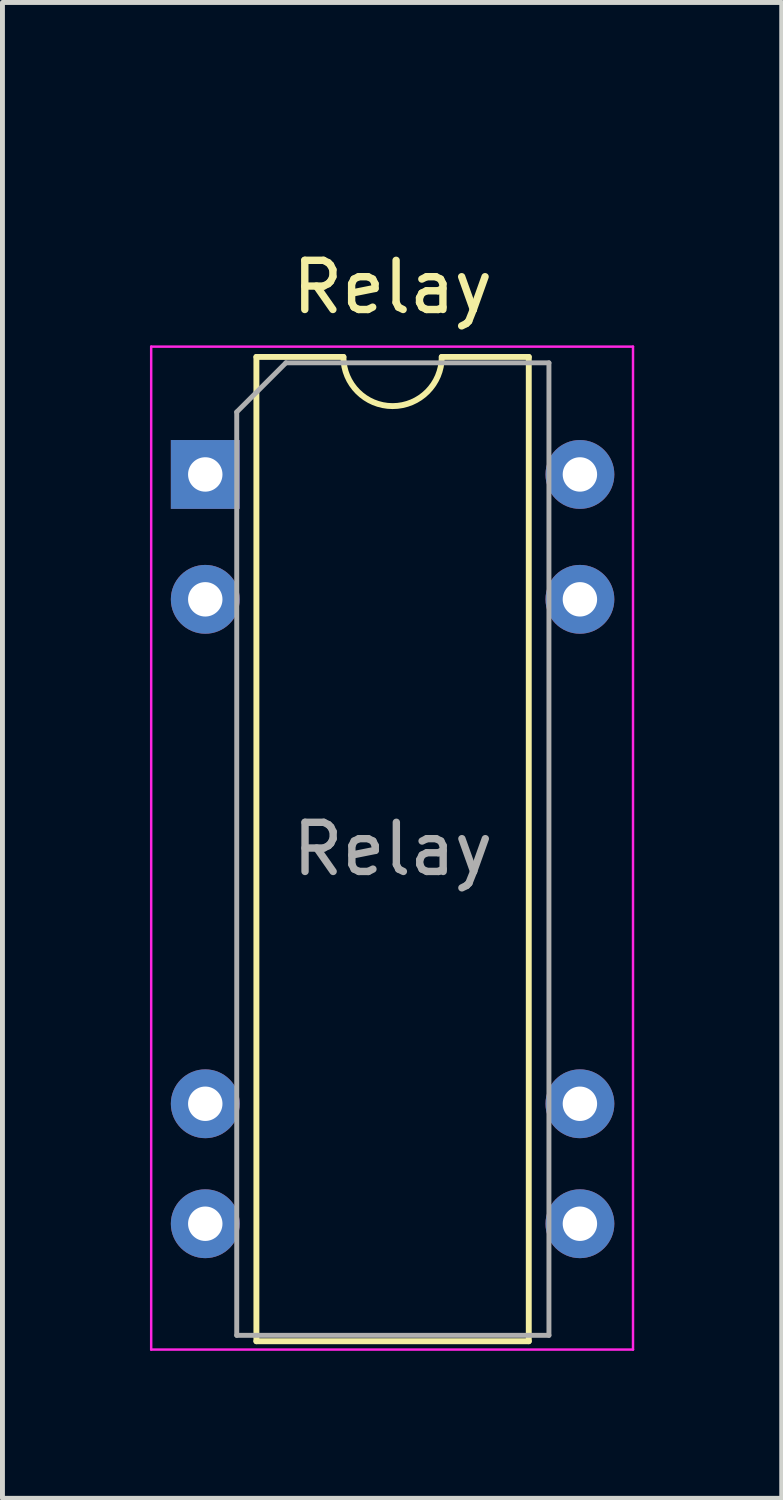
<source format=kicad_pcb>
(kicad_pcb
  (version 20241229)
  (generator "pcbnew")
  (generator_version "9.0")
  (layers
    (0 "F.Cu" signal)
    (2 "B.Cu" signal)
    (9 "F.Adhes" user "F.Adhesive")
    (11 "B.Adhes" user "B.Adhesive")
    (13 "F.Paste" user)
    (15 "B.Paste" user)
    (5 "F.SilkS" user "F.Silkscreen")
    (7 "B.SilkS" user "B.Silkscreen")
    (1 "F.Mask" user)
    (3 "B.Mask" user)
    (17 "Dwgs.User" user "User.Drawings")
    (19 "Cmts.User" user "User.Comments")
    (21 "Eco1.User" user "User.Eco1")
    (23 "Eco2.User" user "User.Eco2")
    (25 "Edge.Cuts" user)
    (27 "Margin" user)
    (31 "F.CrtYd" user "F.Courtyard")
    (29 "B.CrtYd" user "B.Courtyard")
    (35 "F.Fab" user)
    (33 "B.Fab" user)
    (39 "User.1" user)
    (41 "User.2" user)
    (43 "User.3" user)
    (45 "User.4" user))
  (footprint "Relay"
    (layer "F.Cu")
    (at 4.935 0.25)
    (property "Reference" "Relay" (at 0 2.54 0) (layer "F.SilkS") (effects (font (size 1 1) (thickness 0.15))))
    (attr through_hole)
    (fp_line (start -2.77 3.96) (end -2.77 23.98) (stroke (width 0.12) (type solid)) (layer "F.SilkS"))
    (fp_line (start -2.77 23.98) (end 2.77 23.98) (stroke (width 0.12) (type solid)) (layer "F.SilkS"))
    (fp_line (start -1 3.96) (end -2.77 3.96) (stroke (width 0.12) (type solid)) (layer "F.SilkS"))
    (fp_line (start 2.77 3.96) (end 1 3.96) (stroke (width 0.12) (type solid)) (layer "F.SilkS"))
    (fp_line (start 2.77 23.98) (end 2.77 3.96) (stroke (width 0.12) (type solid)) (layer "F.SilkS"))
    (fp_arc (start 1 3.96) (mid 0 4.96) (end -1 3.96) (stroke (width 0.12) (type solid)) (layer "F.SilkS"))
    (fp_line (start -4.91 3.75) (end -4.91 24.15) (stroke (width 0.05) (type solid)) (layer "F.CrtYd"))
    (fp_line (start -4.91 24.15) (end 4.89 24.15) (stroke (width 0.05) (type solid)) (layer "F.CrtYd"))
    (fp_line (start 4.89 3.75) (end -4.91 3.75) (stroke (width 0.05) (type solid)) (layer "F.CrtYd"))
    (fp_line (start 4.89 24.15) (end 4.89 3.75) (stroke (width 0.05) (type solid)) (layer "F.CrtYd"))
    (fp_line (start -3.17 5.08) (end -2.17 4.08) (stroke (width 0.1) (type solid)) (layer "F.Fab"))
    (fp_line (start -3.17 23.86) (end -3.17 5.08) (stroke (width 0.1) (type solid)) (layer "F.Fab"))
    (fp_line (start -2.17 4.08) (end 3.18 4.08) (stroke (width 0.1) (type solid)) (layer "F.Fab"))
    (fp_line (start 3.18 4.08) (end 3.18 23.86) (stroke (width 0.1) (type solid)) (layer "F.Fab"))
    (fp_line (start 3.18 23.86) (end -3.17 23.86) (stroke (width 0.1) (type solid)) (layer "F.Fab"))
    (fp_text user "${REFERENCE}" (at 0.005 13.97 0) (layer "F.Fab") (effects (font (size 1 1) (thickness 0.15))))
    (pad "2" thru_hole circle (at -3.81 8.89) (size 1.4 1.4) (drill 0.7) (layers "*.Cu" "*.Mask"))
    (pad "6" thru_hole circle (at -3.81 19.15) (size 1.4 1.4) (drill 0.7) (layers "*.Cu" "*.Mask"))
    (pad "9" thru_hole circle (at 3.81 19.15) (size 1.4 1.4) (drill 0.7) (layers "*.Cu" "*.Mask"))
    (pad "13" thru_hole circle (at 3.81 8.89) (size 1.4 1.4) (drill 0.7) (layers "*.Cu" "*.Mask"))
    (pad "b1" thru_hole circle (at -3.81 21.59) (size 1.4 1.4) (drill 0.7) (layers "*.Cu" "*.Mask"))
    (pad "b2" thru_hole circle (at 3.81 21.59) (size 1.4 1.4) (drill 0.7) (layers "*.Cu" "*.Mask"))
    (pad "c1" thru_hole rect (at -3.81 6.35) (size 1.4 1.4) (drill 0.7) (layers "*.Cu" "*.Mask"))
    (pad "c2" thru_hole circle (at 3.81 6.35) (size 1.4 1.4) (drill 0.7) (layers "*.Cu" "*.Mask")))
  (gr_rect
    (start -3 -3)
    (end 12.85 27.425)
    (stroke (width 0.1) (type default))
    (fill no)
    (layer "Edge.Cuts")))
</source>
